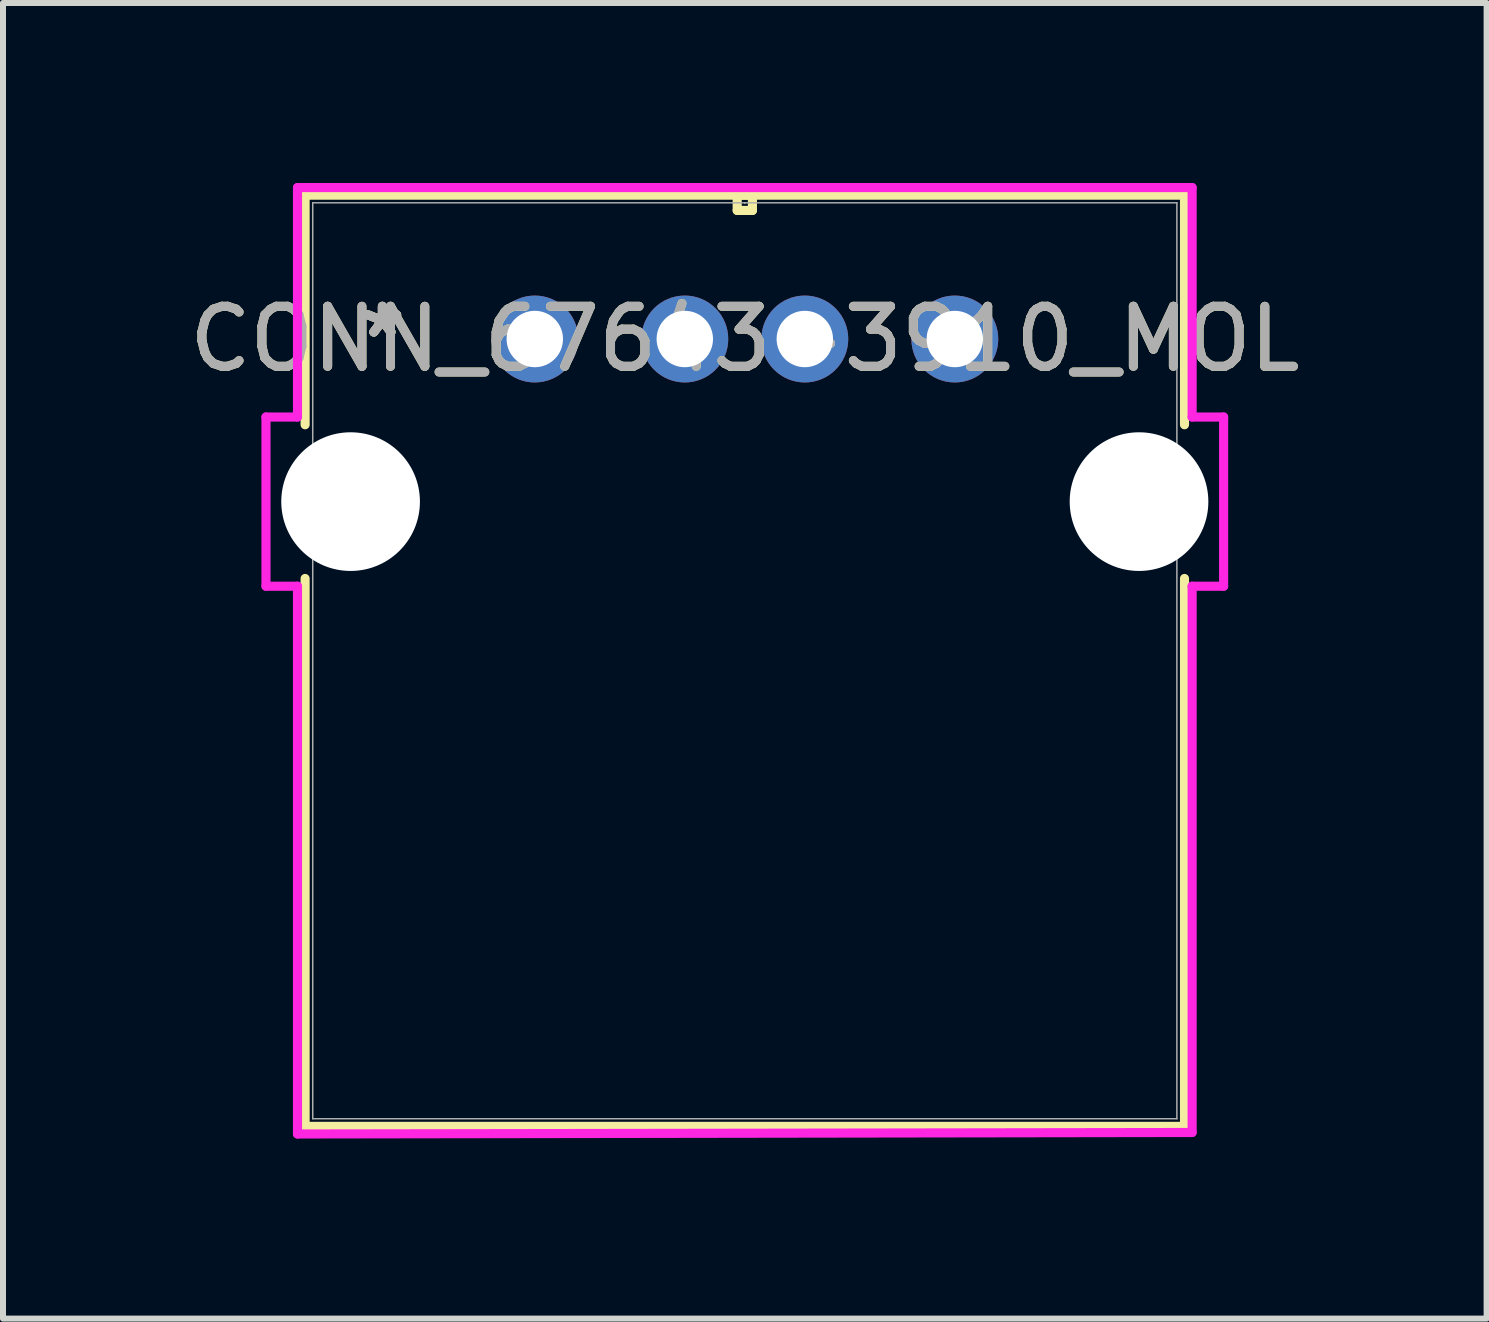
<source format=kicad_pcb>
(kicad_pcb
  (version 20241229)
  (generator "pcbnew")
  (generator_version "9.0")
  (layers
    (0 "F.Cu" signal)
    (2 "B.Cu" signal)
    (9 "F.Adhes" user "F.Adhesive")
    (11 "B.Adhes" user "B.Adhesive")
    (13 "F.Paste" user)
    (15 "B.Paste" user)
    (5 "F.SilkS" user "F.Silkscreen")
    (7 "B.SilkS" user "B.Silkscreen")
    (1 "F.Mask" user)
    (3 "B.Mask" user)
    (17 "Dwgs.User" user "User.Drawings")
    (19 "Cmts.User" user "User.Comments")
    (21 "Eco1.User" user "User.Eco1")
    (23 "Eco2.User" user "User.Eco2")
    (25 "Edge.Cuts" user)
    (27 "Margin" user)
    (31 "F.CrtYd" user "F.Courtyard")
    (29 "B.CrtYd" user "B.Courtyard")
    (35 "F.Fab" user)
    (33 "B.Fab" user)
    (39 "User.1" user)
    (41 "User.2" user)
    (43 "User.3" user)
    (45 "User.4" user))
  (footprint "CONN_67643-3910_MOL"
    (layer "F.Cu")
    (at 5.863 2.6)
    (property "Reference" "CONN_67643-3910_MOL" (at 3.5 0 0) (unlocked yes) (layer "F.SilkS") (effects (font (size 1 1) (thickness 0.15))))
    (attr through_hole)
    (fp_line (start -3.828 -2.397) (end -3.828 1.429) (stroke (width 0.152) (type solid)) (layer "F.SilkS"))
    (fp_line (start -3.828 3.991) (end -3.828 13.122) (stroke (width 0.152) (type solid)) (layer "F.SilkS"))
    (fp_line (start -3.828 13.122) (end 10.828 13.122) (stroke (width 0.152) (type solid)) (layer "F.SilkS"))
    (fp_line (start 3.373 -2.397) (end 3.373 -2.143) (stroke (width 0.152) (type solid)) (layer "F.SilkS"))
    (fp_line (start 3.373 -2.143) (end 3.627 -2.143) (stroke (width 0.152) (type solid)) (layer "F.SilkS"))
    (fp_line (start 3.627 -2.397) (end 3.373 -2.397) (stroke (width 0.152) (type solid)) (layer "F.SilkS"))
    (fp_line (start 3.627 -2.143) (end 3.627 -2.397) (stroke (width 0.152) (type solid)) (layer "F.SilkS"))
    (fp_line (start 10.828 -2.397) (end -3.828 -2.397) (stroke (width 0.152) (type solid)) (layer "F.SilkS"))
    (fp_line (start 10.828 1.429) (end 10.828 -2.397) (stroke (width 0.152) (type solid)) (layer "F.SilkS"))
    (fp_line (start 10.828 13.122) (end 10.828 3.991) (stroke (width 0.152) (type solid)) (layer "F.SilkS"))
    (fp_line (start -4.48 1.3) (end -4.48 4.12) (stroke (width 0.152) (type solid)) (layer "F.CrtYd"))
    (fp_line (start -4.48 4.12) (end -3.955 4.12) (stroke (width 0.152) (type solid)) (layer "F.CrtYd"))
    (fp_line (start -3.955 -2.524) (end -3.955 1.3) (stroke (width 0.152) (type solid)) (layer "F.CrtYd"))
    (fp_line (start -3.955 1.3) (end -4.48 1.3) (stroke (width 0.152) (type solid)) (layer "F.CrtYd"))
    (fp_line (start -3.955 4.12) (end -3.955 13.249) (stroke (width 0.152) (type solid)) (layer "F.CrtYd"))
    (fp_line (start -3.955 13.249) (end 10.955 13.224) (stroke (width 0.152) (type solid)) (layer "F.CrtYd"))
    (fp_line (start 10.955 -2.524) (end -3.955 -2.524) (stroke (width 0.152) (type solid)) (layer "F.CrtYd"))
    (fp_line (start 10.955 1.3) (end 10.955 -2.524) (stroke (width 0.152) (type solid)) (layer "F.CrtYd"))
    (fp_line (start 10.955 4.12) (end 11.48 4.12) (stroke (width 0.152) (type solid)) (layer "F.CrtYd"))
    (fp_line (start 10.955 13.224) (end 10.955 4.12) (stroke (width 0.152) (type solid)) (layer "F.CrtYd"))
    (fp_line (start 11.48 1.3) (end 10.955 1.3) (stroke (width 0.152) (type solid)) (layer "F.CrtYd"))
    (fp_line (start 11.48 4.12) (end 11.48 1.3) (stroke (width 0.152) (type solid)) (layer "F.CrtYd"))
    (fp_line (start -3.701 -2.27) (end -3.701 12.995) (stroke (width 0.025) (type solid)) (layer "F.Fab"))
    (fp_line (start -3.701 12.995) (end 10.701 12.995) (stroke (width 0.025) (type solid)) (layer "F.Fab"))
    (fp_line (start 3.5 -2.27) (end 3.5 -2.27) (stroke (width 0.025) (type solid)) (layer "F.Fab"))
    (fp_line (start 3.5 -2.27) (end 3.5 -2.27) (stroke (width 0.025) (type solid)) (layer "F.Fab"))
    (fp_line (start 3.5 -2.27) (end 3.5 -2.27) (stroke (width 0.025) (type solid)) (layer "F.Fab"))
    (fp_line (start 3.5 -2.27) (end 3.5 -2.27) (stroke (width 0.025) (type solid)) (layer "F.Fab"))
    (fp_line (start 10.701 -2.27) (end -3.701 -2.27) (stroke (width 0.025) (type solid)) (layer "F.Fab"))
    (fp_line (start 10.701 12.995) (end 10.701 -2.27) (stroke (width 0.025) (type solid)) (layer "F.Fab"))
    (fp_text user "*" (at -2.54 0 0) (layer "F.SilkS") (effects (font (size 1 1) (thickness 0.15))))
    (fp_text user "*" (at -2.54 0 0) (unlocked yes) (layer "F.SilkS") (effects (font (size 1 1) (thickness 0.15))))
    (fp_text user "*" (at -2.54 0 0) (unlocked yes) (layer "F.Fab") (effects (font (size 1 1) (thickness 0.15))))
    (fp_text user "*" (at -2.54 0 0) (layer "F.Fab") (effects (font (size 1 1) (thickness 0.15))))
    (fp_text user "${REFERENCE}" (at 3.5 0 0) (unlocked yes) (layer "F.Fab") (effects (font (size 1 1) (thickness 0.15))))
    (pad "" np_thru_hole circle (at -3.07 2.71) (size 2.311 2.311) (drill 2.311) (layers "*.Cu" "*.Mask"))
    (pad "" np_thru_hole circle (at 10.07 2.71) (size 2.311 2.311) (drill 2.311) (layers "*.Cu" "*.Mask"))
    (pad "1" thru_hole circle (at 0 0) (size 1.448 1.448) (drill 0.94) (layers "*.Cu" "*.Mask"))
    (pad "2" thru_hole circle (at 2.5 0) (size 1.448 1.448) (drill 0.94) (layers "*.Cu" "*.Mask"))
    (pad "3" thru_hole circle (at 4.5 0) (size 1.448 1.448) (drill 0.94) (layers "*.Cu" "*.Mask"))
    (pad "4" thru_hole circle (at 7 0) (size 1.448 1.448) (drill 0.94) (layers "*.Cu" "*.Mask")))
  (gr_rect
    (start -3 -3)
    (end 21.726 18.926)
    (stroke (width 0.1) (type default))
    (fill no)
    (layer "Edge.Cuts")))
</source>
